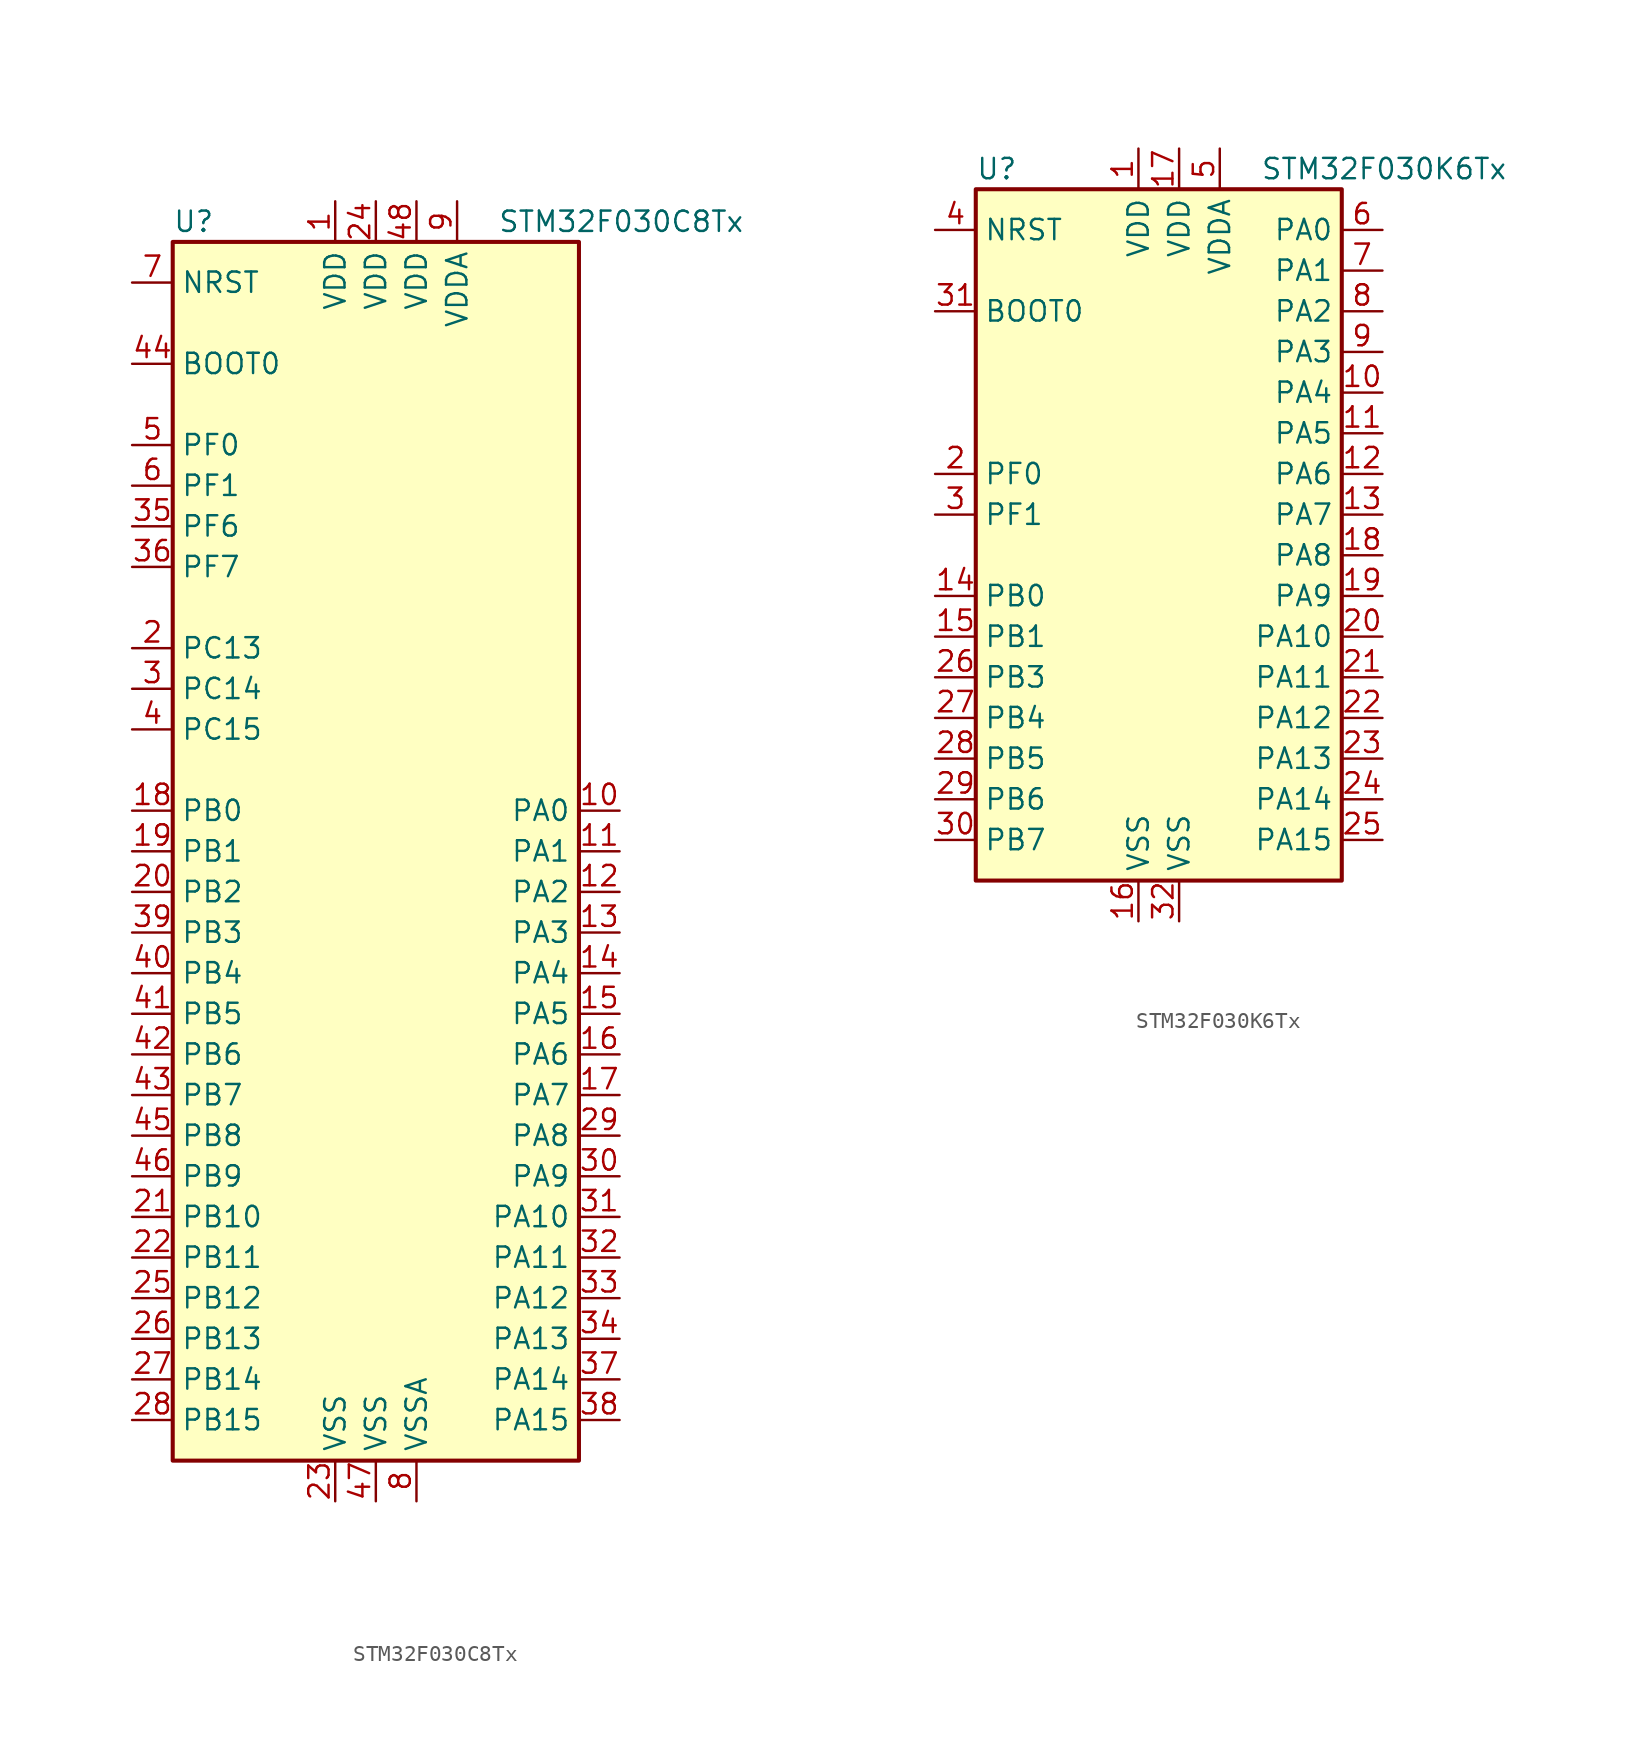
<source format=kicad_sym>
(kicad_symbol_lib
  (version 20201005)
  (generator kicad_symbol_editor)
  (symbol "STM32F030C8Tx"
    (property "Reference" "U"
      (at -12.7 39.37 0)
      (effects (font (size 1.27 1.27)) (justify left)))
    (property "Value" "STM32F030C8Tx"
      (at 7.62 39.37 0)
      (effects (font (size 1.27 1.27)) (justify left)))
    (symbol "STM32F030C8Tx_0_1"
      (rectangle (start -12.7 -38.1) (end 12.7 38.1) (stroke (width 0.254)) (fill (type background))))
    (symbol "STM32F030C8Tx_1_1"
      (pin input line (at -15.24 30.48 0) (length 2.54) (name "BOOT0" (effects (font (size 1.27 1.27)))) (number "44" (effects (font (size 1.27 1.27)))))
      (pin input line (at -15.24 35.56 0) (length 2.54) (name "NRST" (effects (font (size 1.27 1.27)))) (number "7" (effects (font (size 1.27 1.27)))))
      (pin bidirectional line (at 15.24 2.54 180) (length 2.54) (name "PA0" (effects (font (size 1.27 1.27)))) (number "10" (effects (font (size 1.27 1.27)))))
      (pin bidirectional line (at 15.24 0 180) (length 2.54) (name "PA1" (effects (font (size 1.27 1.27)))) (number "11" (effects (font (size 1.27 1.27)))))
      (pin bidirectional line (at 15.24 -22.86 180) (length 2.54) (name "PA10" (effects (font (size 1.27 1.27)))) (number "31" (effects (font (size 1.27 1.27)))))
      (pin bidirectional line (at 15.24 -25.4 180) (length 2.54) (name "PA11" (effects (font (size 1.27 1.27)))) (number "32" (effects (font (size 1.27 1.27)))))
      (pin bidirectional line (at 15.24 -27.94 180) (length 2.54) (name "PA12" (effects (font (size 1.27 1.27)))) (number "33" (effects (font (size 1.27 1.27)))))
      (pin bidirectional line (at 15.24 -30.48 180) (length 2.54) (name "PA13" (effects (font (size 1.27 1.27)))) (number "34" (effects (font (size 1.27 1.27)))))
      (pin bidirectional line (at 15.24 -33.02 180) (length 2.54) (name "PA14" (effects (font (size 1.27 1.27)))) (number "37" (effects (font (size 1.27 1.27)))))
      (pin bidirectional line (at 15.24 -35.56 180) (length 2.54) (name "PA15" (effects (font (size 1.27 1.27)))) (number "38" (effects (font (size 1.27 1.27)))))
      (pin bidirectional line (at 15.24 -2.54 180) (length 2.54) (name "PA2" (effects (font (size 1.27 1.27)))) (number "12" (effects (font (size 1.27 1.27)))))
      (pin bidirectional line (at 15.24 -5.08 180) (length 2.54) (name "PA3" (effects (font (size 1.27 1.27)))) (number "13" (effects (font (size 1.27 1.27)))))
      (pin bidirectional line (at 15.24 -7.62 180) (length 2.54) (name "PA4" (effects (font (size 1.27 1.27)))) (number "14" (effects (font (size 1.27 1.27)))))
      (pin bidirectional line (at 15.24 -10.16 180) (length 2.54) (name "PA5" (effects (font (size 1.27 1.27)))) (number "15" (effects (font (size 1.27 1.27)))))
      (pin bidirectional line (at 15.24 -12.7 180) (length 2.54) (name "PA6" (effects (font (size 1.27 1.27)))) (number "16" (effects (font (size 1.27 1.27)))))
      (pin bidirectional line (at 15.24 -15.24 180) (length 2.54) (name "PA7" (effects (font (size 1.27 1.27)))) (number "17" (effects (font (size 1.27 1.27)))))
      (pin bidirectional line (at 15.24 -17.78 180) (length 2.54) (name "PA8" (effects (font (size 1.27 1.27)))) (number "29" (effects (font (size 1.27 1.27)))))
      (pin bidirectional line (at 15.24 -20.32 180) (length 2.54) (name "PA9" (effects (font (size 1.27 1.27)))) (number "30" (effects (font (size 1.27 1.27)))))
      (pin bidirectional line (at -15.24 2.54 0) (length 2.54) (name "PB0" (effects (font (size 1.27 1.27)))) (number "18" (effects (font (size 1.27 1.27)))))
      (pin bidirectional line (at -15.24 0 0) (length 2.54) (name "PB1" (effects (font (size 1.27 1.27)))) (number "19" (effects (font (size 1.27 1.27)))))
      (pin bidirectional line (at -15.24 -22.86 0) (length 2.54) (name "PB10" (effects (font (size 1.27 1.27)))) (number "21" (effects (font (size 1.27 1.27)))))
      (pin bidirectional line (at -15.24 -25.4 0) (length 2.54) (name "PB11" (effects (font (size 1.27 1.27)))) (number "22" (effects (font (size 1.27 1.27)))))
      (pin bidirectional line (at -15.24 -27.94 0) (length 2.54) (name "PB12" (effects (font (size 1.27 1.27)))) (number "25" (effects (font (size 1.27 1.27)))))
      (pin bidirectional line (at -15.24 -30.48 0) (length 2.54) (name "PB13" (effects (font (size 1.27 1.27)))) (number "26" (effects (font (size 1.27 1.27)))))
      (pin bidirectional line (at -15.24 -33.02 0) (length 2.54) (name "PB14" (effects (font (size 1.27 1.27)))) (number "27" (effects (font (size 1.27 1.27)))))
      (pin bidirectional line (at -15.24 -35.56 0) (length 2.54) (name "PB15" (effects (font (size 1.27 1.27)))) (number "28" (effects (font (size 1.27 1.27)))))
      (pin bidirectional line (at -15.24 -2.54 0) (length 2.54) (name "PB2" (effects (font (size 1.27 1.27)))) (number "20" (effects (font (size 1.27 1.27)))))
      (pin bidirectional line (at -15.24 -5.08 0) (length 2.54) (name "PB3" (effects (font (size 1.27 1.27)))) (number "39" (effects (font (size 1.27 1.27)))))
      (pin bidirectional line (at -15.24 -7.62 0) (length 2.54) (name "PB4" (effects (font (size 1.27 1.27)))) (number "40" (effects (font (size 1.27 1.27)))))
      (pin bidirectional line (at -15.24 -10.16 0) (length 2.54) (name "PB5" (effects (font (size 1.27 1.27)))) (number "41" (effects (font (size 1.27 1.27)))))
      (pin bidirectional line (at -15.24 -12.7 0) (length 2.54) (name "PB6" (effects (font (size 1.27 1.27)))) (number "42" (effects (font (size 1.27 1.27)))))
      (pin bidirectional line (at -15.24 -15.24 0) (length 2.54) (name "PB7" (effects (font (size 1.27 1.27)))) (number "43" (effects (font (size 1.27 1.27)))))
      (pin bidirectional line (at -15.24 -17.78 0) (length 2.54) (name "PB8" (effects (font (size 1.27 1.27)))) (number "45" (effects (font (size 1.27 1.27)))))
      (pin bidirectional line (at -15.24 -20.32 0) (length 2.54) (name "PB9" (effects (font (size 1.27 1.27)))) (number "46" (effects (font (size 1.27 1.27)))))
      (pin bidirectional line (at -15.24 12.7 0) (length 2.54) (name "PC13" (effects (font (size 1.27 1.27)))) (number "2" (effects (font (size 1.27 1.27)))))
      (pin bidirectional line (at -15.24 10.16 0) (length 2.54) (name "PC14" (effects (font (size 1.27 1.27)))) (number "3" (effects (font (size 1.27 1.27)))))
      (pin bidirectional line (at -15.24 7.62 0) (length 2.54) (name "PC15" (effects (font (size 1.27 1.27)))) (number "4" (effects (font (size 1.27 1.27)))))
      (pin input line (at -15.24 25.4 0) (length 2.54) (name "PF0" (effects (font (size 1.27 1.27)))) (number "5" (effects (font (size 1.27 1.27)))))
      (pin input line (at -15.24 22.86 0) (length 2.54) (name "PF1" (effects (font (size 1.27 1.27)))) (number "6" (effects (font (size 1.27 1.27)))))
      (pin bidirectional line (at -15.24 20.32 0) (length 2.54) (name "PF6" (effects (font (size 1.27 1.27)))) (number "35" (effects (font (size 1.27 1.27)))))
      (pin bidirectional line (at -15.24 17.78 0) (length 2.54) (name "PF7" (effects (font (size 1.27 1.27)))) (number "36" (effects (font (size 1.27 1.27)))))
      (pin power_in line (at -2.54 40.64 270) (length 2.54) (name "VDD" (effects (font (size 1.27 1.27)))) (number "1" (effects (font (size 1.27 1.27)))))
      (pin power_in line (at 0 40.64 270) (length 2.54) (name "VDD" (effects (font (size 1.27 1.27)))) (number "24" (effects (font (size 1.27 1.27)))))
      (pin power_in line (at 2.54 40.64 270) (length 2.54) (name "VDD" (effects (font (size 1.27 1.27)))) (number "48" (effects (font (size 1.27 1.27)))))
      (pin power_in line (at 5.08 40.64 270) (length 2.54) (name "VDDA" (effects (font (size 1.27 1.27)))) (number "9" (effects (font (size 1.27 1.27)))))
      (pin power_in line (at -2.54 -40.64 90) (length 2.54) (name "VSS" (effects (font (size 1.27 1.27)))) (number "23" (effects (font (size 1.27 1.27)))))
      (pin power_in line (at 0 -40.64 90) (length 2.54) (name "VSS" (effects (font (size 1.27 1.27)))) (number "47" (effects (font (size 1.27 1.27)))))
      (pin power_in line (at 2.54 -40.64 90) (length 2.54) (name "VSSA" (effects (font (size 1.27 1.27)))) (number "8" (effects (font (size 1.27 1.27)))))))
  (symbol "STM32F030K6Tx"
    (property "Reference" "U"
      (at -12.7 21.59 0)
      (effects (font (size 1.27 1.27)) (justify left)))
    (property "Value" "STM32F030K6Tx"
      (at 5.08 21.59 0)
      (effects (font (size 1.27 1.27)) (justify left)))
    (symbol "STM32F030K6Tx_0_1"
      (rectangle (start -12.7 -22.86) (end 10.16 20.32) (stroke (width 0.254)) (fill (type background))))
    (symbol "STM32F030K6Tx_1_1"
      (pin input line (at -15.24 12.7 0) (length 2.54) (name "BOOT0" (effects (font (size 1.27 1.27)))) (number "31" (effects (font (size 1.27 1.27)))))
      (pin input line (at -15.24 17.78 0) (length 2.54) (name "NRST" (effects (font (size 1.27 1.27)))) (number "4" (effects (font (size 1.27 1.27)))))
      (pin bidirectional line (at 12.7 17.78 180) (length 2.54) (name "PA0" (effects (font (size 1.27 1.27)))) (number "6" (effects (font (size 1.27 1.27)))))
      (pin bidirectional line (at 12.7 15.24 180) (length 2.54) (name "PA1" (effects (font (size 1.27 1.27)))) (number "7" (effects (font (size 1.27 1.27)))))
      (pin bidirectional line (at 12.7 -7.62 180) (length 2.54) (name "PA10" (effects (font (size 1.27 1.27)))) (number "20" (effects (font (size 1.27 1.27)))))
      (pin bidirectional line (at 12.7 -10.16 180) (length 2.54) (name "PA11" (effects (font (size 1.27 1.27)))) (number "21" (effects (font (size 1.27 1.27)))))
      (pin bidirectional line (at 12.7 -12.7 180) (length 2.54) (name "PA12" (effects (font (size 1.27 1.27)))) (number "22" (effects (font (size 1.27 1.27)))))
      (pin bidirectional line (at 12.7 -15.24 180) (length 2.54) (name "PA13" (effects (font (size 1.27 1.27)))) (number "23" (effects (font (size 1.27 1.27)))))
      (pin bidirectional line (at 12.7 -17.78 180) (length 2.54) (name "PA14" (effects (font (size 1.27 1.27)))) (number "24" (effects (font (size 1.27 1.27)))))
      (pin bidirectional line (at 12.7 -20.32 180) (length 2.54) (name "PA15" (effects (font (size 1.27 1.27)))) (number "25" (effects (font (size 1.27 1.27)))))
      (pin bidirectional line (at 12.7 12.7 180) (length 2.54) (name "PA2" (effects (font (size 1.27 1.27)))) (number "8" (effects (font (size 1.27 1.27)))))
      (pin bidirectional line (at 12.7 10.16 180) (length 2.54) (name "PA3" (effects (font (size 1.27 1.27)))) (number "9" (effects (font (size 1.27 1.27)))))
      (pin bidirectional line (at 12.7 7.62 180) (length 2.54) (name "PA4" (effects (font (size 1.27 1.27)))) (number "10" (effects (font (size 1.27 1.27)))))
      (pin bidirectional line (at 12.7 5.08 180) (length 2.54) (name "PA5" (effects (font (size 1.27 1.27)))) (number "11" (effects (font (size 1.27 1.27)))))
      (pin bidirectional line (at 12.7 2.54 180) (length 2.54) (name "PA6" (effects (font (size 1.27 1.27)))) (number "12" (effects (font (size 1.27 1.27)))))
      (pin bidirectional line (at 12.7 0 180) (length 2.54) (name "PA7" (effects (font (size 1.27 1.27)))) (number "13" (effects (font (size 1.27 1.27)))))
      (pin bidirectional line (at 12.7 -2.54 180) (length 2.54) (name "PA8" (effects (font (size 1.27 1.27)))) (number "18" (effects (font (size 1.27 1.27)))))
      (pin bidirectional line (at 12.7 -5.08 180) (length 2.54) (name "PA9" (effects (font (size 1.27 1.27)))) (number "19" (effects (font (size 1.27 1.27)))))
      (pin bidirectional line (at -15.24 -5.08 0) (length 2.54) (name "PB0" (effects (font (size 1.27 1.27)))) (number "14" (effects (font (size 1.27 1.27)))))
      (pin bidirectional line (at -15.24 -7.62 0) (length 2.54) (name "PB1" (effects (font (size 1.27 1.27)))) (number "15" (effects (font (size 1.27 1.27)))))
      (pin bidirectional line (at -15.24 -10.16 0) (length 2.54) (name "PB3" (effects (font (size 1.27 1.27)))) (number "26" (effects (font (size 1.27 1.27)))))
      (pin bidirectional line (at -15.24 -12.7 0) (length 2.54) (name "PB4" (effects (font (size 1.27 1.27)))) (number "27" (effects (font (size 1.27 1.27)))))
      (pin bidirectional line (at -15.24 -15.24 0) (length 2.54) (name "PB5" (effects (font (size 1.27 1.27)))) (number "28" (effects (font (size 1.27 1.27)))))
      (pin bidirectional line (at -15.24 -17.78 0) (length 2.54) (name "PB6" (effects (font (size 1.27 1.27)))) (number "29" (effects (font (size 1.27 1.27)))))
      (pin bidirectional line (at -15.24 -20.32 0) (length 2.54) (name "PB7" (effects (font (size 1.27 1.27)))) (number "30" (effects (font (size 1.27 1.27)))))
      (pin input line (at -15.24 2.54 0) (length 2.54) (name "PF0" (effects (font (size 1.27 1.27)))) (number "2" (effects (font (size 1.27 1.27)))))
      (pin input line (at -15.24 0 0) (length 2.54) (name "PF1" (effects (font (size 1.27 1.27)))) (number "3" (effects (font (size 1.27 1.27)))))
      (pin power_in line (at -2.54 22.86 270) (length 2.54) (name "VDD" (effects (font (size 1.27 1.27)))) (number "1" (effects (font (size 1.27 1.27)))))
      (pin power_in line (at 0 22.86 270) (length 2.54) (name "VDD" (effects (font (size 1.27 1.27)))) (number "17" (effects (font (size 1.27 1.27)))))
      (pin power_in line (at 2.54 22.86 270) (length 2.54) (name "VDDA" (effects (font (size 1.27 1.27)))) (number "5" (effects (font (size 1.27 1.27)))))
      (pin power_in line (at -2.54 -25.4 90) (length 2.54) (name "VSS" (effects (font (size 1.27 1.27)))) (number "16" (effects (font (size 1.27 1.27)))))
      (pin power_in line (at 0 -25.4 90) (length 2.54) (name "VSS" (effects (font (size 1.27 1.27)))) (number "32" (effects (font (size 1.27 1.27))))))))
</source>
